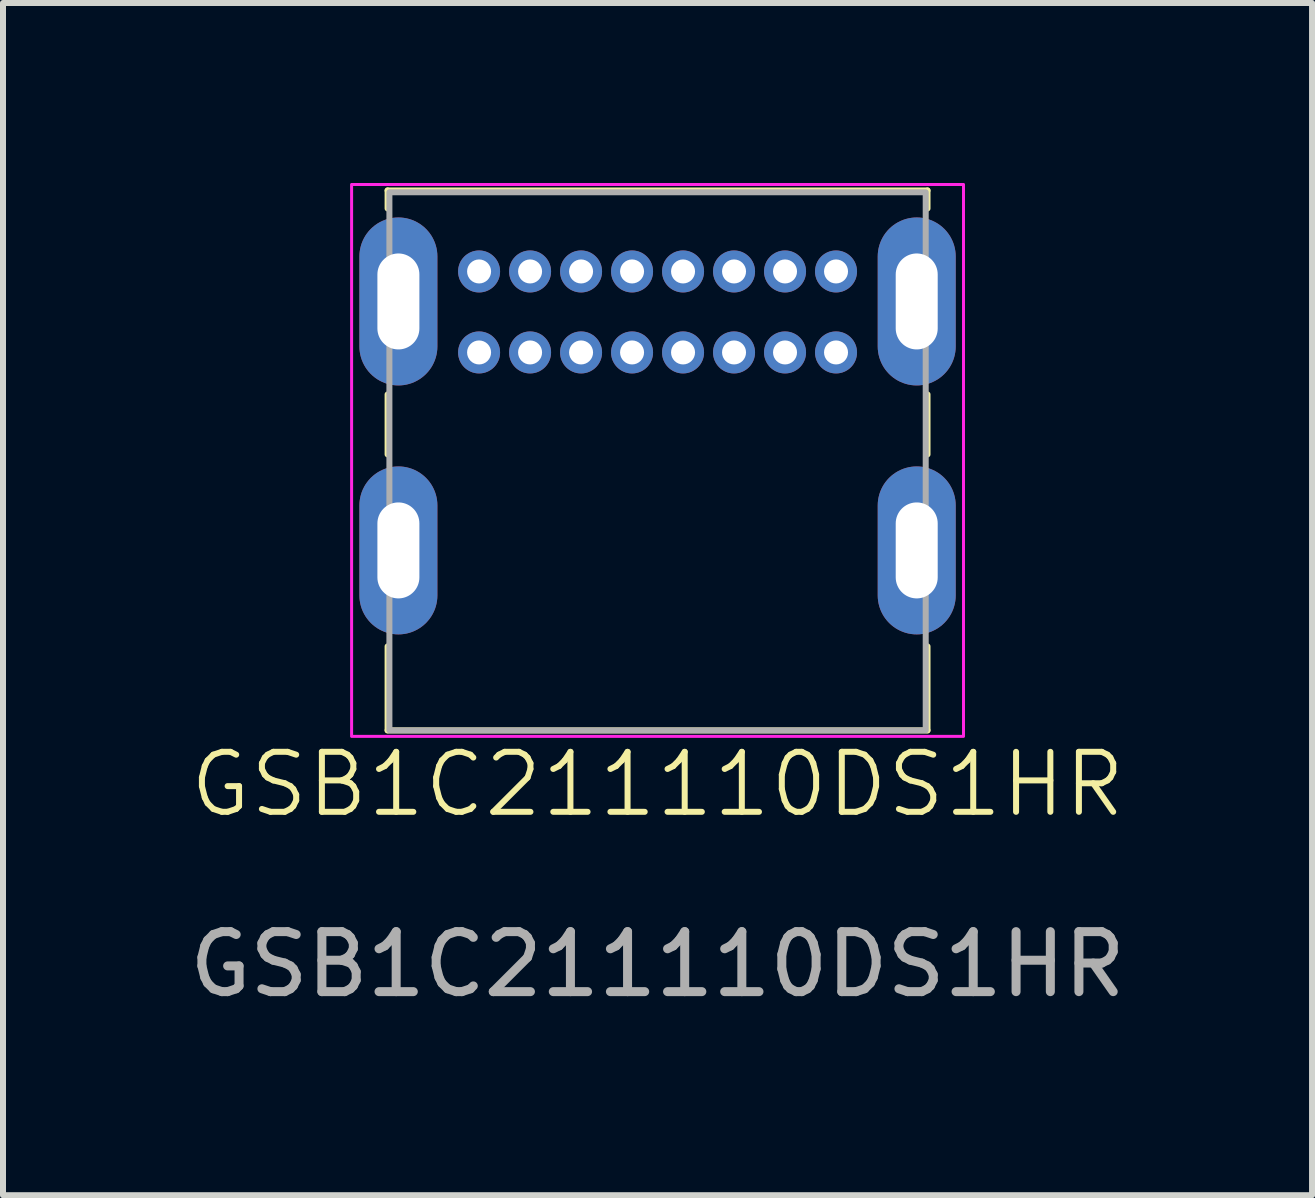
<source format=kicad_pcb>
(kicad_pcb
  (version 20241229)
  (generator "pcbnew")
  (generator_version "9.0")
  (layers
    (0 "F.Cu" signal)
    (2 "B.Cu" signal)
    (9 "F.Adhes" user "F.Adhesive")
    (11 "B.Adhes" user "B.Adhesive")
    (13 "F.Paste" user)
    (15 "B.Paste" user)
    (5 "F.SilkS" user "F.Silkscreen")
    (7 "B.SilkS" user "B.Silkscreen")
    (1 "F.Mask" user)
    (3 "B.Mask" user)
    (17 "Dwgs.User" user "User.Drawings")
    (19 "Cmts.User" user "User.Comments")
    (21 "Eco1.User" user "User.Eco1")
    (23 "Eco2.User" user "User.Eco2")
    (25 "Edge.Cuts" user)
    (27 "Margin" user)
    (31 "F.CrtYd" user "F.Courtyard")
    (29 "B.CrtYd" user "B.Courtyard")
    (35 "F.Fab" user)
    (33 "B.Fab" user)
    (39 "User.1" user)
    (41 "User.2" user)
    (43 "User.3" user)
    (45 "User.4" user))
  (footprint "GSB1C211110DS1HR"
    (layer "F.Cu")
    (at 7.911 6.125)
    (property "Reference" "GSB1C211110DS1HR" (at 0 3.9 0) (unlocked yes) (layer "F.SilkS") (effects (font (size 1 1) (thickness 0.1))))
    (attr through_hole)
    (fp_line (start -4.5 -6) (end -4.5 -5.7) (stroke (width 0.1) (type default)) (layer "F.SilkS"))
    (fp_line (start -4.5 -6) (end 4.5 -6) (stroke (width 0.1) (type default)) (layer "F.SilkS"))
    (fp_line (start -4.5 -2.6) (end -4.5 -1.6) (stroke (width 0.1) (type default)) (layer "F.SilkS"))
    (fp_line (start -4.5 1.6) (end -4.5 3) (stroke (width 0.1) (type default)) (layer "F.SilkS"))
    (fp_line (start -4.5 3) (end 4.5 3) (stroke (width 0.1) (type default)) (layer "F.SilkS"))
    (fp_line (start 4.5 -6) (end 4.5 -5.7) (stroke (width 0.1) (type default)) (layer "F.SilkS"))
    (fp_line (start 4.5 -2.6) (end 4.5 -1.6) (stroke (width 0.1) (type default)) (layer "F.SilkS"))
    (fp_line (start 4.5 3) (end 4.5 1.6) (stroke (width 0.1) (type default)) (layer "F.SilkS"))
    (fp_rect (start -5.1 -6.1) (end 5.1 3.1) (stroke (width 0.05) (type default)) (fill no) (layer "F.CrtYd"))
    (fp_rect (start -4.47 -5.97) (end 4.47 3) (stroke (width 0.1) (type default)) (fill no) (layer "F.Fab"))
    (fp_text user "${REFERENCE}" (at 0 6.9 0) (unlocked yes) (layer "F.Fab") (effects (font (size 1 1) (thickness 0.15))))
    (pad "A1" thru_hole circle (at -2.975 -4.65) (size 0.7 0.7) (drill 0.4) (layers "*.Cu" "*.Mask"))
    (pad "A4" thru_hole circle (at -2.125 -4.65) (size 0.7 0.7) (drill 0.4) (layers "*.Cu" "*.Mask"))
    (pad "A5" thru_hole circle (at -1.275 -4.65) (size 0.7 0.7) (drill 0.4) (layers "*.Cu" "*.Mask"))
    (pad "A6" thru_hole circle (at -0.425 -4.65) (size 0.7 0.7) (drill 0.4) (layers "*.Cu" "*.Mask"))
    (pad "A7" thru_hole circle (at 0.425 -4.65) (size 0.7 0.7) (drill 0.4) (layers "*.Cu" "*.Mask"))
    (pad "A8" thru_hole circle (at 1.275 -4.65) (size 0.7 0.7) (drill 0.4) (layers "*.Cu" "*.Mask"))
    (pad "A9" thru_hole circle (at 2.125 -4.65) (size 0.7 0.7) (drill 0.4) (layers "*.Cu" "*.Mask"))
    (pad "A12" thru_hole circle (at 2.975 -4.65) (size 0.7 0.7) (drill 0.4) (layers "*.Cu" "*.Mask"))
    (pad "B1" thru_hole circle (at 2.975 -3.3) (size 0.7 0.7) (drill 0.4) (layers "*.Cu" "*.Mask"))
    (pad "B4" thru_hole circle (at 2.125 -3.3) (size 0.7 0.7) (drill 0.4) (layers "*.Cu" "*.Mask"))
    (pad "B5" thru_hole circle (at 1.275 -3.3) (size 0.7 0.7) (drill 0.4) (layers "*.Cu" "*.Mask"))
    (pad "B6" thru_hole circle (at 0.425 -3.3) (size 0.7 0.7) (drill 0.4) (layers "*.Cu" "*.Mask"))
    (pad "B7" thru_hole circle (at -0.425 -3.3) (size 0.7 0.7) (drill 0.4) (layers "*.Cu" "*.Mask"))
    (pad "B8" thru_hole circle (at -1.275 -3.3) (size 0.7 0.7) (drill 0.4) (layers "*.Cu" "*.Mask"))
    (pad "B9" thru_hole circle (at -2.125 -3.3) (size 0.7 0.7) (drill 0.4) (layers "*.Cu" "*.Mask"))
    (pad "B12" thru_hole circle (at -2.975 -3.3) (size 0.7 0.7) (drill 0.4) (layers "*.Cu" "*.Mask"))
    (pad "S1" thru_hole oval (at -4.32 -4.15) (size 1.3 2.8) (drill oval 0.7 1.6) (layers "*.Cu" "*.Mask"))
    (pad "S1" thru_hole oval (at -4.32 0) (size 1.3 2.8) (drill oval 0.7 1.6) (layers "*.Cu" "*.Mask"))
    (pad "S1" thru_hole oval (at 4.32 -4.15) (size 1.3 2.8) (drill oval 0.7 1.6) (layers "*.Cu" "*.Mask"))
    (pad "S1" thru_hole oval (at 4.32 0) (size 1.3 2.8) (drill oval 0.7 1.6) (layers "*.Cu" "*.Mask")))
  (gr_rect
    (start -3 -3)
    (end 18.821 16.873)
    (stroke (width 0.1) (type default))
    (fill no)
    (layer "Edge.Cuts")))
</source>
